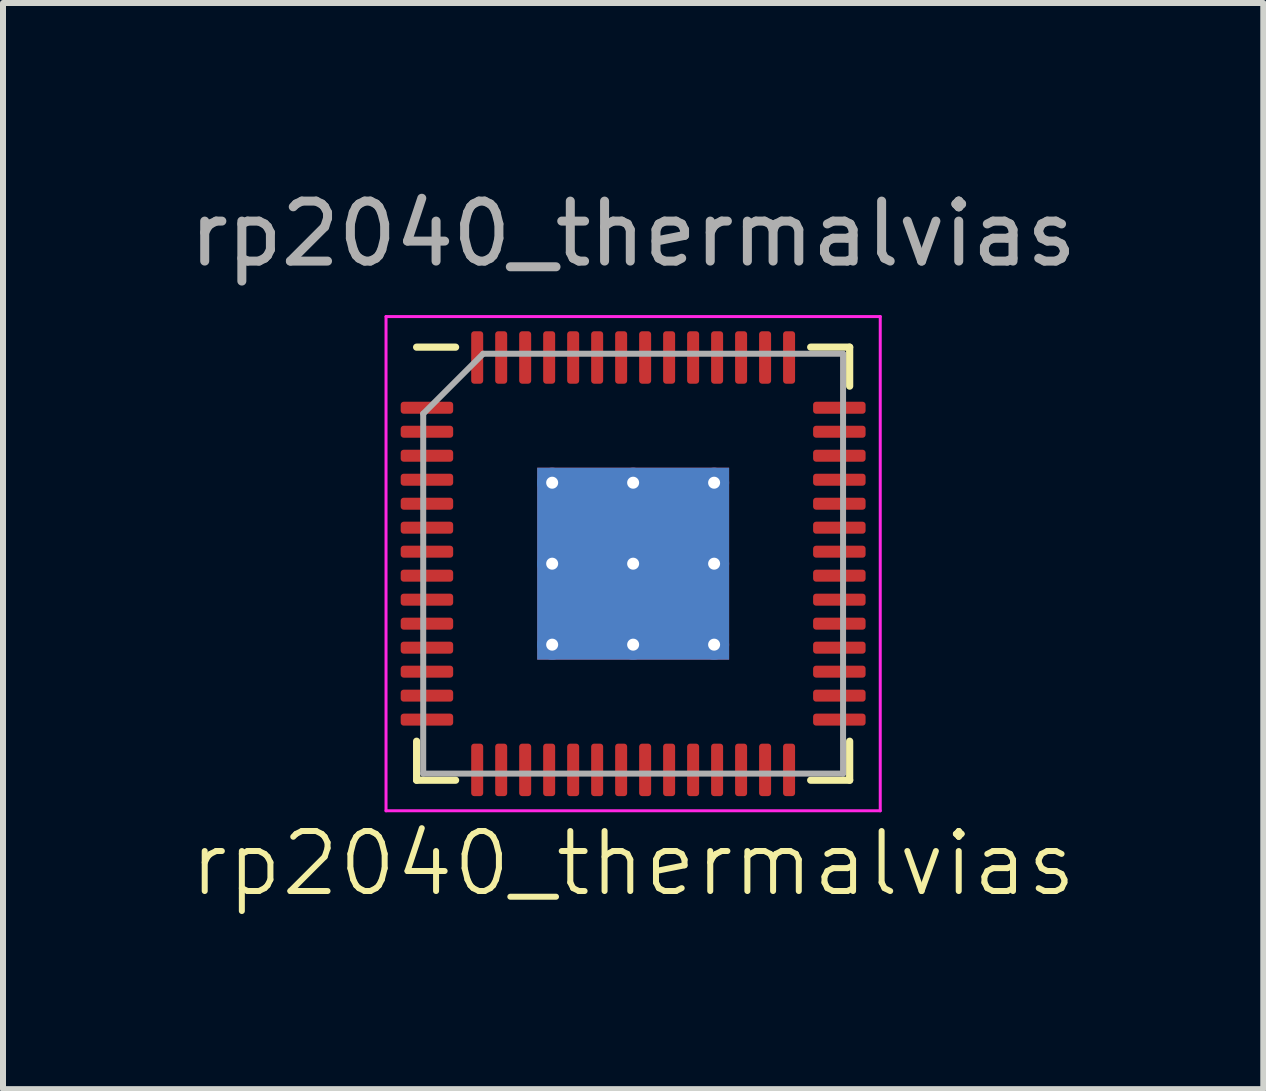
<source format=kicad_pcb>
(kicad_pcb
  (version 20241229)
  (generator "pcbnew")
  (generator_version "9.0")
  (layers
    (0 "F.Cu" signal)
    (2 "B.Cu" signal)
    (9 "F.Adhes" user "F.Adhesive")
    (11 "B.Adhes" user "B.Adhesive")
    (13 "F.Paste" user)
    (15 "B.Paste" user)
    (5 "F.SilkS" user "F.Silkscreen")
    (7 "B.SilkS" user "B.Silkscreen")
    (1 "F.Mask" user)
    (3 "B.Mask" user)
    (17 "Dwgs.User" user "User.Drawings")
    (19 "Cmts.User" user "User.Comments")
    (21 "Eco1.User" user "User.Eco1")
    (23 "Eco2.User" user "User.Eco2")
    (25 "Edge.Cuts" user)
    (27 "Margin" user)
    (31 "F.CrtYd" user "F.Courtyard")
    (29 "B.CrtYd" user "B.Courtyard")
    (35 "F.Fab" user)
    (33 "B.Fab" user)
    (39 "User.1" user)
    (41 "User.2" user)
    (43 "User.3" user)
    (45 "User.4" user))
  (footprint "rp2040_thermalvias"
    (layer "F.Cu")
    (at 7.506 6.348)
    (property "Reference" "rp2040_thermalvias" (at 0 5 0) (unlocked yes) (layer "F.SilkS") (effects (font (size 1 1) (thickness 0.1))))
    (attr smd)
    (fp_line (start -3.61 3.61) (end -3.61 2.96) (stroke (width 0.12) (type solid)) (layer "F.SilkS"))
    (fp_line (start -2.96 -3.61) (end -3.61 -3.61) (stroke (width 0.12) (type solid)) (layer "F.SilkS"))
    (fp_line (start -2.96 3.61) (end -3.61 3.61) (stroke (width 0.12) (type solid)) (layer "F.SilkS"))
    (fp_line (start 2.96 -3.61) (end 3.61 -3.61) (stroke (width 0.12) (type solid)) (layer "F.SilkS"))
    (fp_line (start 2.96 3.61) (end 3.61 3.61) (stroke (width 0.12) (type solid)) (layer "F.SilkS"))
    (fp_line (start 3.61 -3.61) (end 3.61 -2.96) (stroke (width 0.12) (type solid)) (layer "F.SilkS"))
    (fp_line (start 3.61 3.61) (end 3.61 2.96) (stroke (width 0.12) (type solid)) (layer "F.SilkS"))
    (fp_line (start -4.12 -4.12) (end -4.12 4.12) (stroke (width 0.05) (type solid)) (layer "F.CrtYd"))
    (fp_line (start -4.12 4.12) (end 4.12 4.12) (stroke (width 0.05) (type solid)) (layer "F.CrtYd"))
    (fp_line (start 4.12 -4.12) (end -4.12 -4.12) (stroke (width 0.05) (type solid)) (layer "F.CrtYd"))
    (fp_line (start 4.12 4.12) (end 4.12 -4.12) (stroke (width 0.05) (type solid)) (layer "F.CrtYd"))
    (fp_line (start -3.5 -2.5) (end -2.5 -3.5) (stroke (width 0.1) (type solid)) (layer "F.Fab"))
    (fp_line (start -3.5 3.5) (end -3.5 -2.5) (stroke (width 0.1) (type solid)) (layer "F.Fab"))
    (fp_line (start -2.5 -3.5) (end 3.5 -3.5) (stroke (width 0.1) (type solid)) (layer "F.Fab"))
    (fp_line (start 3.5 -3.5) (end 3.5 3.5) (stroke (width 0.1) (type solid)) (layer "F.Fab"))
    (fp_line (start 3.5 3.5) (end -3.5 3.5) (stroke (width 0.1) (type solid)) (layer "F.Fab"))
    (fp_text user "${REFERENCE}" (at 0 -5.5 0) (layer "F.Fab") (effects (font (size 1 1) (thickness 0.15))))
    (pad "" smd custom (at -0.675 -0.675) (size 1.118 1.118) (layers "F.Paste") (options (anchor circle)) (primitives (gr_poly (pts (xy -0.498 -0.397) (xy -0.397 -0.498) (xy 0.498 -0.498) (xy 0.498 0.498) (xy -0.498 0.498)) (width 0.244) (fill yes))))
    (pad "" smd custom (at -0.675 0.675) (size 1.118 1.118) (layers "F.Paste") (options (anchor circle)) (primitives (gr_poly (pts (xy -0.498 -0.498) (xy 0.498 -0.498) (xy 0.498 0.498) (xy -0.397 0.498) (xy -0.498 0.397)) (width 0.244) (fill yes))))
    (pad "" smd custom (at 0.675 -0.675) (size 1.118 1.118) (layers "F.Paste") (options (anchor circle)) (primitives (gr_poly (pts (xy -0.498 -0.498) (xy 0.397 -0.498) (xy 0.498 -0.397) (xy 0.498 0.498) (xy -0.498 0.498)) (width 0.244) (fill yes))))
    (pad "" smd custom (at 0.675 0.675) (size 1.118 1.118) (layers "F.Paste") (options (anchor circle)) (primitives (gr_poly (pts (xy -0.498 -0.498) (xy 0.498 -0.498) (xy 0.498 0.397) (xy 0.397 0.498) (xy -0.498 0.498)) (width 0.244) (fill yes))))
    (pad "1" smd roundrect (at -3.438 -2.6) (size 0.875 0.2) (layers "F.Cu" "F.Mask" "F.Paste") (roundrect_rratio 0.25))
    (pad "2" smd roundrect (at -3.438 -2.2) (size 0.875 0.2) (layers "F.Cu" "F.Mask" "F.Paste") (roundrect_rratio 0.25))
    (pad "3" smd roundrect (at -3.438 -1.8) (size 0.875 0.2) (layers "F.Cu" "F.Mask" "F.Paste") (roundrect_rratio 0.25))
    (pad "4" smd roundrect (at -3.438 -1.4) (size 0.875 0.2) (layers "F.Cu" "F.Mask" "F.Paste") (roundrect_rratio 0.25))
    (pad "5" smd roundrect (at -3.438 -1) (size 0.875 0.2) (layers "F.Cu" "F.Mask" "F.Paste") (roundrect_rratio 0.25))
    (pad "6" smd roundrect (at -3.438 -0.6) (size 0.875 0.2) (layers "F.Cu" "F.Mask" "F.Paste") (roundrect_rratio 0.25))
    (pad "7" smd roundrect (at -3.438 -0.2) (size 0.875 0.2) (layers "F.Cu" "F.Mask" "F.Paste") (roundrect_rratio 0.25))
    (pad "8" smd roundrect (at -3.438 0.2) (size 0.875 0.2) (layers "F.Cu" "F.Mask" "F.Paste") (roundrect_rratio 0.25))
    (pad "9" smd roundrect (at -3.438 0.6) (size 0.875 0.2) (layers "F.Cu" "F.Mask" "F.Paste") (roundrect_rratio 0.25))
    (pad "10" smd roundrect (at -3.438 1) (size 0.875 0.2) (layers "F.Cu" "F.Mask" "F.Paste") (roundrect_rratio 0.25))
    (pad "11" smd roundrect (at -3.438 1.4) (size 0.875 0.2) (layers "F.Cu" "F.Mask" "F.Paste") (roundrect_rratio 0.25))
    (pad "12" smd roundrect (at -3.438 1.8) (size 0.875 0.2) (layers "F.Cu" "F.Mask" "F.Paste") (roundrect_rratio 0.25))
    (pad "13" smd roundrect (at -3.438 2.2) (size 0.875 0.2) (layers "F.Cu" "F.Mask" "F.Paste") (roundrect_rratio 0.25))
    (pad "14" smd roundrect (at -3.438 2.6) (size 0.875 0.2) (layers "F.Cu" "F.Mask" "F.Paste") (roundrect_rratio 0.25))
    (pad "15" smd roundrect (at -2.6 3.438) (size 0.2 0.875) (layers "F.Cu" "F.Mask" "F.Paste") (roundrect_rratio 0.25))
    (pad "16" smd roundrect (at -2.2 3.438) (size 0.2 0.875) (layers "F.Cu" "F.Mask" "F.Paste") (roundrect_rratio 0.25))
    (pad "17" smd roundrect (at -1.8 3.438) (size 0.2 0.875) (layers "F.Cu" "F.Mask" "F.Paste") (roundrect_rratio 0.25))
    (pad "18" smd roundrect (at -1.4 3.438) (size 0.2 0.875) (layers "F.Cu" "F.Mask" "F.Paste") (roundrect_rratio 0.25))
    (pad "19" smd roundrect (at -1 3.438) (size 0.2 0.875) (layers "F.Cu" "F.Mask" "F.Paste") (roundrect_rratio 0.25))
    (pad "20" smd roundrect (at -0.6 3.438) (size 0.2 0.875) (layers "F.Cu" "F.Mask" "F.Paste") (roundrect_rratio 0.25))
    (pad "21" smd roundrect (at -0.2 3.438) (size 0.2 0.875) (layers "F.Cu" "F.Mask" "F.Paste") (roundrect_rratio 0.25))
    (pad "22" smd roundrect (at 0.2 3.438) (size 0.2 0.875) (layers "F.Cu" "F.Mask" "F.Paste") (roundrect_rratio 0.25))
    (pad "23" smd roundrect (at 0.6 3.438) (size 0.2 0.875) (layers "F.Cu" "F.Mask" "F.Paste") (roundrect_rratio 0.25))
    (pad "24" smd roundrect (at 1 3.438) (size 0.2 0.875) (layers "F.Cu" "F.Mask" "F.Paste") (roundrect_rratio 0.25))
    (pad "25" smd roundrect (at 1.4 3.438) (size 0.2 0.875) (layers "F.Cu" "F.Mask" "F.Paste") (roundrect_rratio 0.25))
    (pad "26" smd roundrect (at 1.8 3.438) (size 0.2 0.875) (layers "F.Cu" "F.Mask" "F.Paste") (roundrect_rratio 0.25))
    (pad "27" smd roundrect (at 2.2 3.438) (size 0.2 0.875) (layers "F.Cu" "F.Mask" "F.Paste") (roundrect_rratio 0.25))
    (pad "28" smd roundrect (at 2.6 3.438) (size 0.2 0.875) (layers "F.Cu" "F.Mask" "F.Paste") (roundrect_rratio 0.25))
    (pad "29" smd roundrect (at 3.438 2.6) (size 0.875 0.2) (layers "F.Cu" "F.Mask" "F.Paste") (roundrect_rratio 0.25))
    (pad "30" smd roundrect (at 3.438 2.2) (size 0.875 0.2) (layers "F.Cu" "F.Mask" "F.Paste") (roundrect_rratio 0.25))
    (pad "31" smd roundrect (at 3.438 1.8) (size 0.875 0.2) (layers "F.Cu" "F.Mask" "F.Paste") (roundrect_rratio 0.25))
    (pad "32" smd roundrect (at 3.438 1.4) (size 0.875 0.2) (layers "F.Cu" "F.Mask" "F.Paste") (roundrect_rratio 0.25))
    (pad "33" smd roundrect (at 3.438 1) (size 0.875 0.2) (layers "F.Cu" "F.Mask" "F.Paste") (roundrect_rratio 0.25))
    (pad "34" smd roundrect (at 3.438 0.6) (size 0.875 0.2) (layers "F.Cu" "F.Mask" "F.Paste") (roundrect_rratio 0.25))
    (pad "35" smd roundrect (at 3.438 0.2) (size 0.875 0.2) (layers "F.Cu" "F.Mask" "F.Paste") (roundrect_rratio 0.25))
    (pad "36" smd roundrect (at 3.438 -0.2) (size 0.875 0.2) (layers "F.Cu" "F.Mask" "F.Paste") (roundrect_rratio 0.25))
    (pad "37" smd roundrect (at 3.438 -0.6) (size 0.875 0.2) (layers "F.Cu" "F.Mask" "F.Paste") (roundrect_rratio 0.25))
    (pad "38" smd roundrect (at 3.438 -1) (size 0.875 0.2) (layers "F.Cu" "F.Mask" "F.Paste") (roundrect_rratio 0.25))
    (pad "39" smd roundrect (at 3.438 -1.4) (size 0.875 0.2) (layers "F.Cu" "F.Mask" "F.Paste") (roundrect_rratio 0.25))
    (pad "40" smd roundrect (at 3.438 -1.8) (size 0.875 0.2) (layers "F.Cu" "F.Mask" "F.Paste") (roundrect_rratio 0.25))
    (pad "41" smd roundrect (at 3.438 -2.2) (size 0.875 0.2) (layers "F.Cu" "F.Mask" "F.Paste") (roundrect_rratio 0.25))
    (pad "42" smd roundrect (at 3.438 -2.6) (size 0.875 0.2) (layers "F.Cu" "F.Mask" "F.Paste") (roundrect_rratio 0.25))
    (pad "43" smd roundrect (at 2.6 -3.438) (size 0.2 0.875) (layers "F.Cu" "F.Mask" "F.Paste") (roundrect_rratio 0.25))
    (pad "44" smd roundrect (at 2.2 -3.438) (size 0.2 0.875) (layers "F.Cu" "F.Mask" "F.Paste") (roundrect_rratio 0.25))
    (pad "45" smd roundrect (at 1.8 -3.438) (size 0.2 0.875) (layers "F.Cu" "F.Mask" "F.Paste") (roundrect_rratio 0.25))
    (pad "46" smd roundrect (at 1.4 -3.438) (size 0.2 0.875) (layers "F.Cu" "F.Mask" "F.Paste") (roundrect_rratio 0.25))
    (pad "47" smd roundrect (at 1 -3.438) (size 0.2 0.875) (layers "F.Cu" "F.Mask" "F.Paste") (roundrect_rratio 0.25))
    (pad "48" smd roundrect (at 0.6 -3.438) (size 0.2 0.875) (layers "F.Cu" "F.Mask" "F.Paste") (roundrect_rratio 0.25))
    (pad "49" smd roundrect (at 0.2 -3.438) (size 0.2 0.875) (layers "F.Cu" "F.Mask" "F.Paste") (roundrect_rratio 0.25))
    (pad "50" smd roundrect (at -0.2 -3.438) (size 0.2 0.875) (layers "F.Cu" "F.Mask" "F.Paste") (roundrect_rratio 0.25))
    (pad "51" smd roundrect (at -0.6 -3.438) (size 0.2 0.875) (layers "F.Cu" "F.Mask" "F.Paste") (roundrect_rratio 0.25))
    (pad "52" smd roundrect (at -1 -3.438) (size 0.2 0.875) (layers "F.Cu" "F.Mask" "F.Paste") (roundrect_rratio 0.25))
    (pad "53" smd roundrect (at -1.4 -3.438) (size 0.2 0.875) (layers "F.Cu" "F.Mask" "F.Paste") (roundrect_rratio 0.25))
    (pad "54" smd roundrect (at -1.8 -3.438) (size 0.2 0.875) (layers "F.Cu" "F.Mask" "F.Paste") (roundrect_rratio 0.25))
    (pad "55" smd roundrect (at -2.2 -3.438) (size 0.2 0.875) (layers "F.Cu" "F.Mask" "F.Paste") (roundrect_rratio 0.25))
    (pad "56" smd roundrect (at -2.6 -3.438) (size 0.2 0.875) (layers "F.Cu" "F.Mask" "F.Paste") (roundrect_rratio 0.25))
    (pad "57" thru_hole circle (at -1.35 -1.35) (size 0.5 0.5) (drill 0.2) (layers "*.Cu"))
    (pad "57" thru_hole circle (at -1.35 0) (size 0.5 0.5) (drill 0.2) (layers "*.Cu"))
    (pad "57" thru_hole circle (at -1.35 1.35) (size 0.5 0.5) (drill 0.2) (layers "*.Cu"))
    (pad "57" thru_hole circle (at 0 -1.35) (size 0.5 0.5) (drill 0.2) (layers "*.Cu"))
    (pad "57" thru_hole circle (at 0 0) (size 0.5 0.5) (drill 0.2) (layers "*.Cu"))
    (pad "57" smd rect (at 0 0) (size 3.2 3.2) (layers "F.Cu" "F.Mask"))
    (pad "57" smd rect (at 0 0) (size 3.2 3.2) (layers "B.Cu"))
    (pad "57" thru_hole circle (at 0 1.35) (size 0.5 0.5) (drill 0.2) (layers "*.Cu"))
    (pad "57" thru_hole circle (at 1.35 -1.35) (size 0.5 0.5) (drill 0.2) (layers "*.Cu"))
    (pad "57" thru_hole circle (at 1.35 0) (size 0.5 0.5) (drill 0.2) (layers "*.Cu"))
    (pad "57" thru_hole circle (at 1.35 1.35) (size 0.5 0.5) (drill 0.2) (layers "*.Cu")))
  (gr_rect
    (start -3 -3)
    (end 18.012 15.109)
    (stroke (width 0.1) (type default))
    (fill no)
    (layer "Edge.Cuts")))
</source>
